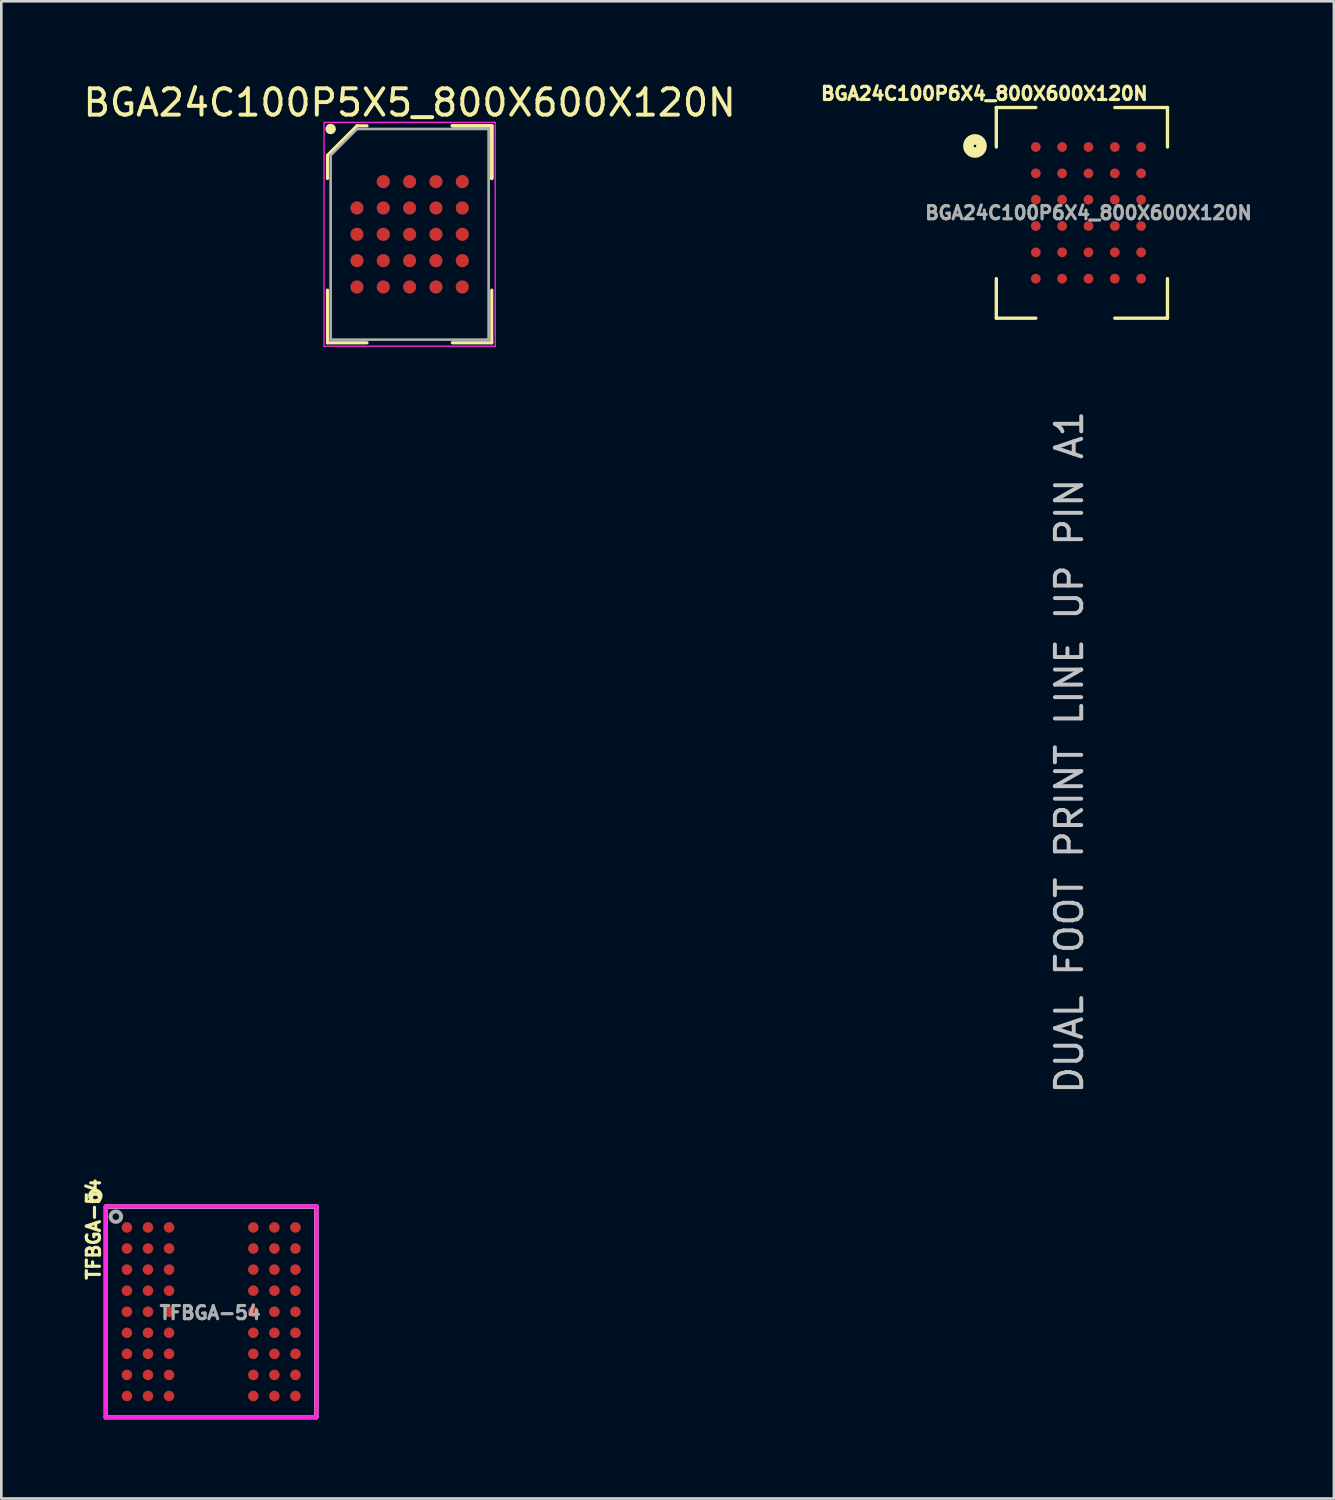
<source format=kicad_pcb>
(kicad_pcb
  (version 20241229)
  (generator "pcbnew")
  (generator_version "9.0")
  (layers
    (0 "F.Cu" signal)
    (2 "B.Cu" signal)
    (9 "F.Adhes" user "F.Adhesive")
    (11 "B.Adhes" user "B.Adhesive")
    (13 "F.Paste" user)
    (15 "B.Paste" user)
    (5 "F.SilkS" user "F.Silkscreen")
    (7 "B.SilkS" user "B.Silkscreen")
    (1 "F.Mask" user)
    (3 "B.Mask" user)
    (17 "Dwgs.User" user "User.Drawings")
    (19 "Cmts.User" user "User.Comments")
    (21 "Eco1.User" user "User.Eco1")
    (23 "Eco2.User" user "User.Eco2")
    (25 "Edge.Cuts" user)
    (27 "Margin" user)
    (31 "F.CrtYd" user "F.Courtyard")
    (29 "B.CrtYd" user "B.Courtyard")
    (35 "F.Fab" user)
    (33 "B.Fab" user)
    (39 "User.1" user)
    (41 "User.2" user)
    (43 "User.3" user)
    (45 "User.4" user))
  (footprint "BGA24C100P6X4_800X600X120N"
    (layer "F.Cu")
    (at 36.286 2.533)
    (property "Reference" "BGA24C100P6X4_800X600X120N" (at -1.954 -2.03 0) (layer "F.SilkS") (effects (font (size 0.5 0.5) (thickness 0.12))))
    (attr smd)
    (fp_line (start -1.5 -1.5) (end -1.5 0) (stroke (width 0.127) (type solid)) (layer "F.SilkS"))
    (fp_line (start -1.5 5) (end -1.5 6.5) (stroke (width 0.127) (type solid)) (layer "F.SilkS"))
    (fp_line (start -1.5 6.5) (end 0 6.5) (stroke (width 0.127) (type solid)) (layer "F.SilkS"))
    (fp_line (start 0 -1.5) (end -1.5 -1.5) (stroke (width 0.127) (type solid)) (layer "F.SilkS"))
    (fp_line (start 5 -1.5) (end 3 -1.5) (stroke (width 0.127) (type solid)) (layer "F.SilkS"))
    (fp_line (start 5 0) (end 5 -1.5) (stroke (width 0.127) (type solid)) (layer "F.SilkS"))
    (fp_line (start 5 5) (end 5 6.5) (stroke (width 0.127) (type solid)) (layer "F.SilkS"))
    (fp_line (start 5 6.5) (end 3 6.5) (stroke (width 0.127) (type solid)) (layer "F.SilkS"))
    (fp_circle (center -2.31 -0.04) (end -2.26 -0.04) (stroke (width 0.4) (type solid)) (fill no) (layer "F.SilkS"))
    (fp_line (start -2 -2) (end 5.5 -2) (stroke (width 0.05) (type solid)) (layer "Eco1.User"))
    (fp_line (start -2 7) (end -2 -2) (stroke (width 0.05) (type solid)) (layer "Eco1.User"))
    (fp_line (start 5.5 -2) (end 5.5 7) (stroke (width 0.05) (type solid)) (layer "Eco1.User"))
    (fp_line (start 5.5 7) (end -2 7) (stroke (width 0.05) (type solid)) (layer "Eco1.User"))
    (fp_line (start -1.5 -1.5) (end 5 -1.5) (stroke (width 0.127) (type solid)) (layer "Eco2.User"))
    (fp_line (start -1.5 6.5) (end -1.5 -1.5) (stroke (width 0.127) (type solid)) (layer "Eco2.User"))
    (fp_line (start 5 -1.5) (end 5 6.5) (stroke (width 0.127) (type solid)) (layer "Eco2.User"))
    (fp_line (start 5 6.5) (end -1.5 6.5) (stroke (width 0.127) (type solid)) (layer "Eco2.User"))
    (fp_circle (center -0.786 -0.548) (end -0.736 -0.548) (stroke (width 0.4) (type solid)) (fill no) (layer "Eco2.User"))
    (fp_text user "DUAL FOOT PRINT LINE UP PIN A1" (at 1.27 22.987 90) (layer "Dwgs.User") (effects (font (size 1 1) (thickness 0.15))))
    (fp_text user "${REFERENCE}" (at 2 2.5 0) (layer "F.Fab") (effects (font (size 0.5 0.5) (thickness 0.12))))
    (pad "A1" smd circle (at 0 0 270) (size 0.37 0.37) (layers "F.Cu" "F.Mask" "F.Paste"))
    (pad "A2" smd circle (at 1 0 270) (size 0.37 0.37) (layers "F.Cu" "F.Mask" "F.Paste"))
    (pad "A3" smd circle (at 2 0 270) (size 0.37 0.37) (layers "F.Cu" "F.Mask" "F.Paste"))
    (pad "A4" smd circle (at 3 0 270) (size 0.37 0.37) (layers "F.Cu" "F.Mask" "F.Paste"))
    (pad "A5" smd circle (at 4 0) (size 0.37 0.37) (layers "F.Cu" "F.Mask" "F.Paste"))
    (pad "B1" smd circle (at 0 1 270) (size 0.37 0.37) (layers "F.Cu" "F.Mask" "F.Paste"))
    (pad "B2" smd circle (at 1 1 270) (size 0.37 0.37) (layers "F.Cu" "F.Mask" "F.Paste"))
    (pad "B3" smd circle (at 2 1 270) (size 0.37 0.37) (layers "F.Cu" "F.Mask" "F.Paste"))
    (pad "B4" smd circle (at 3 1 270) (size 0.37 0.37) (layers "F.Cu" "F.Mask" "F.Paste"))
    (pad "B5" smd circle (at 4 1) (size 0.37 0.37) (layers "F.Cu" "F.Mask" "F.Paste"))
    (pad "C1" smd circle (at 0 2 270) (size 0.37 0.37) (layers "F.Cu" "F.Mask" "F.Paste"))
    (pad "C2" smd circle (at 1 2 270) (size 0.37 0.37) (layers "F.Cu" "F.Mask" "F.Paste"))
    (pad "C3" smd circle (at 2 2 270) (size 0.37 0.37) (layers "F.Cu" "F.Mask" "F.Paste"))
    (pad "C4" smd circle (at 3 2 270) (size 0.37 0.37) (layers "F.Cu" "F.Mask" "F.Paste"))
    (pad "C5" smd circle (at 4 2) (size 0.37 0.37) (layers "F.Cu" "F.Mask" "F.Paste"))
    (pad "D1" smd circle (at 0 3 270) (size 0.37 0.37) (layers "F.Cu" "F.Mask" "F.Paste"))
    (pad "D2" smd circle (at 1 3 270) (size 0.37 0.37) (layers "F.Cu" "F.Mask" "F.Paste"))
    (pad "D3" smd circle (at 2 3 270) (size 0.37 0.37) (layers "F.Cu" "F.Mask" "F.Paste"))
    (pad "D4" smd circle (at 3 3 270) (size 0.37 0.37) (layers "F.Cu" "F.Mask" "F.Paste"))
    (pad "D5" smd circle (at 4 3) (size 0.37 0.37) (layers "F.Cu" "F.Mask" "F.Paste"))
    (pad "E1" smd circle (at 0 4 270) (size 0.37 0.37) (layers "F.Cu" "F.Mask" "F.Paste"))
    (pad "E2" smd circle (at 1 4 270) (size 0.37 0.37) (layers "F.Cu" "F.Mask" "F.Paste"))
    (pad "E3" smd circle (at 2 4 270) (size 0.37 0.37) (layers "F.Cu" "F.Mask" "F.Paste"))
    (pad "E4" smd circle (at 3 4 270) (size 0.37 0.37) (layers "F.Cu" "F.Mask" "F.Paste"))
    (pad "E5" smd circle (at 4 4) (size 0.37 0.37) (layers "F.Cu" "F.Mask" "F.Paste"))
    (pad "F1" smd circle (at 0 5 270) (size 0.37 0.37) (layers "F.Cu" "F.Mask" "F.Paste"))
    (pad "F2" smd circle (at 1 5 270) (size 0.37 0.37) (layers "F.Cu" "F.Mask" "F.Paste"))
    (pad "F3" smd circle (at 2 5 270) (size 0.37 0.37) (layers "F.Cu" "F.Mask" "F.Paste"))
    (pad "F4" smd circle (at 3 5 270) (size 0.37 0.37) (layers "F.Cu" "F.Mask" "F.Paste"))
    (pad "F5" smd circle (at 4 5) (size 0.37 0.37) (layers "F.Cu" "F.Mask" "F.Paste")))
  (footprint "TFBGA-54"
    (layer "F.Cu")
    (at 4.97 46.764)
    (property "Reference" "TFBGA-54" (at -4.467 -3.132 90) (layer "F.SilkS") (effects (font (size 0.5 0.5) (thickness 0.12))))
    (attr smd)
    (fp_line (start -4 -4) (end 4 -4) (stroke (width 0.15) (type solid)) (layer "F.SilkS"))
    (fp_line (start -4 4) (end -4 -4) (stroke (width 0.15) (type solid)) (layer "F.SilkS"))
    (fp_line (start 4 -4) (end 4 4) (stroke (width 0.15) (type solid)) (layer "F.SilkS"))
    (fp_line (start 4 4) (end -4 4) (stroke (width 0.15) (type solid)) (layer "F.SilkS"))
    (fp_circle (center -4.4 -4.4) (end -4.2 -4.4) (stroke (width 0.15) (type solid)) (fill no) (layer "F.SilkS"))
    (fp_line (start -4 -4) (end 4 -4) (stroke (width 0.15) (type solid)) (layer "F.CrtYd"))
    (fp_line (start -4 4) (end -4 -4) (stroke (width 0.15) (type solid)) (layer "F.CrtYd"))
    (fp_line (start 3.987 4) (end -4.013 4) (stroke (width 0.15) (type solid)) (layer "F.CrtYd"))
    (fp_line (start 4 -4) (end 4 4) (stroke (width 0.15) (type solid)) (layer "F.CrtYd"))
    (fp_line (start -4.01 -3.98) (end 3.99 -3.98) (stroke (width 0.15) (type solid)) (layer "F.Fab"))
    (fp_line (start -4.01 4.02) (end -4.01 -3.98) (stroke (width 0.15) (type solid)) (layer "F.Fab"))
    (fp_line (start 3.99 -3.98) (end 3.99 4.02) (stroke (width 0.15) (type solid)) (layer "F.Fab"))
    (fp_line (start 3.99 4.02) (end -4.01 4.02) (stroke (width 0.15) (type solid)) (layer "F.Fab"))
    (fp_circle (center -3.62 -3.61) (end -3.42 -3.61) (stroke (width 0.15) (type solid)) (fill no) (layer "F.Fab"))
    (fp_text user "${REFERENCE}" (at -0.04 0.04 0) (layer "F.Fab") (effects (font (size 0.5 0.5) (thickness 0.12))))
    (pad "A1" smd circle (at -3.2 -3.2) (size 0.4 0.4) (layers "F.Cu" "F.Mask" "F.Paste"))
    (pad "A2" smd circle (at -2.4 -3.2) (size 0.4 0.4) (layers "F.Cu" "F.Mask" "F.Paste"))
    (pad "A3" smd circle (at -1.6 -3.2) (size 0.4 0.4) (layers "F.Cu" "F.Mask" "F.Paste"))
    (pad "A7" smd circle (at 1.6 -3.2) (size 0.4 0.4) (layers "F.Cu" "F.Mask" "F.Paste"))
    (pad "A8" smd circle (at 2.4 -3.2) (size 0.4 0.4) (layers "F.Cu" "F.Mask" "F.Paste"))
    (pad "A9" smd circle (at 3.2 -3.2) (size 0.4 0.4) (layers "F.Cu" "F.Mask" "F.Paste"))
    (pad "B1" smd circle (at -3.2 -2.4) (size 0.4 0.4) (layers "F.Cu" "F.Mask" "F.Paste"))
    (pad "B2" smd circle (at -2.4 -2.4) (size 0.4 0.4) (layers "F.Cu" "F.Mask" "F.Paste"))
    (pad "B3" smd circle (at -1.6 -2.4) (size 0.4 0.4) (layers "F.Cu" "F.Mask" "F.Paste"))
    (pad "B7" smd circle (at 1.6 -2.4) (size 0.4 0.4) (layers "F.Cu" "F.Mask" "F.Paste"))
    (pad "B8" smd circle (at 2.4 -2.4) (size 0.4 0.4) (layers "F.Cu" "F.Mask" "F.Paste"))
    (pad "B9" smd circle (at 3.2 -2.4) (size 0.4 0.4) (layers "F.Cu" "F.Mask" "F.Paste"))
    (pad "C1" smd circle (at -3.2 -1.6) (size 0.4 0.4) (layers "F.Cu" "F.Mask" "F.Paste"))
    (pad "C2" smd circle (at -2.4 -1.6) (size 0.4 0.4) (layers "F.Cu" "F.Mask" "F.Paste"))
    (pad "C3" smd circle (at -1.6 -1.6) (size 0.4 0.4) (layers "F.Cu" "F.Mask" "F.Paste"))
    (pad "C7" smd circle (at 1.6 -1.6) (size 0.4 0.4) (layers "F.Cu" "F.Mask" "F.Paste"))
    (pad "C8" smd circle (at 2.4 -1.6) (size 0.4 0.4) (layers "F.Cu" "F.Mask" "F.Paste"))
    (pad "C9" smd circle (at 3.2 -1.6) (size 0.4 0.4) (layers "F.Cu" "F.Mask" "F.Paste"))
    (pad "D1" smd circle (at -3.2 -0.8) (size 0.4 0.4) (layers "F.Cu" "F.Mask" "F.Paste"))
    (pad "D2" smd circle (at -2.4 -0.8) (size 0.4 0.4) (layers "F.Cu" "F.Mask" "F.Paste"))
    (pad "D3" smd circle (at -1.6 -0.8) (size 0.4 0.4) (layers "F.Cu" "F.Mask" "F.Paste"))
    (pad "D7" smd circle (at 1.6 -0.8) (size 0.4 0.4) (layers "F.Cu" "F.Mask" "F.Paste"))
    (pad "D8" smd circle (at 2.4 -0.8) (size 0.4 0.4) (layers "F.Cu" "F.Mask" "F.Paste"))
    (pad "D9" smd circle (at 3.2 -0.8) (size 0.4 0.4) (layers "F.Cu" "F.Mask" "F.Paste"))
    (pad "E1" smd circle (at -3.2 0) (size 0.4 0.4) (layers "F.Cu" "F.Mask" "F.Paste"))
    (pad "E2" smd circle (at -2.4 0) (size 0.4 0.4) (layers "F.Cu" "F.Mask" "F.Paste"))
    (pad "E3" smd circle (at -1.6 0) (size 0.4 0.4) (layers "F.Cu" "F.Mask" "F.Paste"))
    (pad "E7" smd circle (at 1.6 0) (size 0.4 0.4) (layers "F.Cu" "F.Mask" "F.Paste"))
    (pad "E8" smd circle (at 2.4 0) (size 0.4 0.4) (layers "F.Cu" "F.Mask" "F.Paste"))
    (pad "E9" smd circle (at 3.2 0) (size 0.4 0.4) (layers "F.Cu" "F.Mask" "F.Paste"))
    (pad "F1" smd circle (at -3.2 0.8) (size 0.4 0.4) (layers "F.Cu" "F.Mask" "F.Paste"))
    (pad "F2" smd circle (at -2.4 0.8) (size 0.4 0.4) (layers "F.Cu" "F.Mask" "F.Paste"))
    (pad "F3" smd circle (at -1.6 0.8) (size 0.4 0.4) (layers "F.Cu" "F.Mask" "F.Paste"))
    (pad "F7" smd circle (at 1.6 0.8) (size 0.4 0.4) (layers "F.Cu" "F.Mask" "F.Paste"))
    (pad "F8" smd circle (at 2.4 0.8) (size 0.4 0.4) (layers "F.Cu" "F.Mask" "F.Paste"))
    (pad "F9" smd circle (at 3.2 0.8) (size 0.4 0.4) (layers "F.Cu" "F.Mask" "F.Paste"))
    (pad "G1" smd circle (at -3.2 1.6) (size 0.4 0.4) (layers "F.Cu" "F.Mask" "F.Paste"))
    (pad "G2" smd circle (at -2.4 1.6) (size 0.4 0.4) (layers "F.Cu" "F.Mask" "F.Paste"))
    (pad "G3" smd circle (at -1.6 1.6) (size 0.4 0.4) (layers "F.Cu" "F.Mask" "F.Paste"))
    (pad "G7" smd circle (at 1.6 1.6) (size 0.4 0.4) (layers "F.Cu" "F.Mask" "F.Paste"))
    (pad "G8" smd circle (at 2.4 1.6) (size 0.4 0.4) (layers "F.Cu" "F.Mask" "F.Paste"))
    (pad "G9" smd circle (at 3.2 1.6) (size 0.4 0.4) (layers "F.Cu" "F.Mask" "F.Paste"))
    (pad "H1" smd circle (at -3.2 2.4) (size 0.4 0.4) (layers "F.Cu" "F.Mask" "F.Paste"))
    (pad "H2" smd circle (at -2.4 2.4) (size 0.4 0.4) (layers "F.Cu" "F.Mask" "F.Paste"))
    (pad "H3" smd circle (at -1.6 2.4) (size 0.4 0.4) (layers "F.Cu" "F.Mask" "F.Paste"))
    (pad "H7" smd circle (at 1.6 2.4) (size 0.4 0.4) (layers "F.Cu" "F.Mask" "F.Paste"))
    (pad "H8" smd circle (at 2.4 2.4) (size 0.4 0.4) (layers "F.Cu" "F.Mask" "F.Paste"))
    (pad "H9" smd circle (at 3.2 2.4) (size 0.4 0.4) (layers "F.Cu" "F.Mask" "F.Paste"))
    (pad "J1" smd circle (at -3.2 3.2) (size 0.4 0.4) (layers "F.Cu" "F.Mask" "F.Paste"))
    (pad "J2" smd circle (at -2.4 3.2) (size 0.4 0.4) (layers "F.Cu" "F.Mask" "F.Paste"))
    (pad "J3" smd circle (at -1.6 3.2) (size 0.4 0.4) (layers "F.Cu" "F.Mask" "F.Paste"))
    (pad "J7" smd circle (at 1.6 3.2) (size 0.4 0.4) (layers "F.Cu" "F.Mask" "F.Paste"))
    (pad "J8" smd circle (at 2.4 3.2) (size 0.4 0.4) (layers "F.Cu" "F.Mask" "F.Paste"))
    (pad "J9" smd circle (at 3.2 3.2) (size 0.4 0.4) (layers "F.Cu" "F.Mask" "F.Paste")))
  (footprint "BGA24C100P5X5_800X600X120N"
    (layer "F.Cu")
    (at 12.506 5.848)
    (property "Reference" "BGA24C100P5X5_800X600X120N" (at 0 -5 0) (layer "F.SilkS") (effects (font (size 1 1) (thickness 0.15))))
    (attr through_hole)
    (fp_line (start -3.12 -3) (end -3.12 -2.12) (stroke (width 0.12) (type solid)) (layer "F.SilkS"))
    (fp_line (start -3.12 4.12) (end -3.12 2.12) (stroke (width 0.12) (type solid)) (layer "F.SilkS"))
    (fp_line (start -2 -4.12) (end -3.12 -3) (stroke (width 0.12) (type solid)) (layer "F.SilkS"))
    (fp_line (start -1.62 -4.12) (end -2 -4.12) (stroke (width 0.12) (type solid)) (layer "F.SilkS"))
    (fp_line (start -1.62 4.12) (end -3.12 4.12) (stroke (width 0.12) (type solid)) (layer "F.SilkS"))
    (fp_line (start 1.62 -4.12) (end 3.12 -4.12) (stroke (width 0.12) (type solid)) (layer "F.SilkS"))
    (fp_line (start 1.62 -4.12) (end 3.12 -4.12) (stroke (width 0.12) (type solid)) (layer "F.SilkS"))
    (fp_line (start 1.62 -4.12) (end 3.12 -4.12) (stroke (width 0.12) (type solid)) (layer "F.SilkS"))
    (fp_line (start 1.62 4.12) (end 3.12 4.12) (stroke (width 0.12) (type solid)) (layer "F.SilkS"))
    (fp_line (start 3.12 -4.12) (end 3.12 -2.12) (stroke (width 0.12) (type solid)) (layer "F.SilkS"))
    (fp_line (start 3.12 -4.12) (end 3.12 -2.12) (stroke (width 0.12) (type solid)) (layer "F.SilkS"))
    (fp_line (start 3.12 -4.12) (end 3.12 -2.12) (stroke (width 0.12) (type solid)) (layer "F.SilkS"))
    (fp_line (start 3.12 4.12) (end 3.12 2.12) (stroke (width 0.12) (type solid)) (layer "F.SilkS"))
    (fp_circle (center -3 -4) (end -3 -3.9) (stroke (width 0.2) (type solid)) (fill no) (layer "F.SilkS"))
    (fp_line (start -3.25 -4.25) (end 3.25 -4.25) (stroke (width 0.05) (type solid)) (layer "F.CrtYd"))
    (fp_line (start -3.25 4.25) (end -3.25 -4.25) (stroke (width 0.05) (type solid)) (layer "F.CrtYd"))
    (fp_line (start 3.25 -4.25) (end 3.25 4.25) (stroke (width 0.05) (type solid)) (layer "F.CrtYd"))
    (fp_line (start 3.25 4.25) (end -3.25 4.25) (stroke (width 0.05) (type solid)) (layer "F.CrtYd"))
    (fp_line (start -3 -3) (end -3 4) (stroke (width 0.1) (type solid)) (layer "F.Fab"))
    (fp_line (start -3 4) (end 3 4) (stroke (width 0.1) (type solid)) (layer "F.Fab"))
    (fp_line (start -2 -4) (end -3 -3) (stroke (width 0.1) (type solid)) (layer "F.Fab"))
    (fp_line (start 3 -4) (end -2 -4) (stroke (width 0.1) (type solid)) (layer "F.Fab"))
    (fp_line (start 3 4) (end 3 -4) (stroke (width 0.1) (type solid)) (layer "F.Fab"))
    (pad "A2" smd circle (at -1 -2) (size 0.5 0.5) (layers "F.Cu" "F.Mask" "F.Paste"))
    (pad "A3" smd circle (at 0 -2) (size 0.5 0.5) (layers "F.Cu" "F.Mask" "F.Paste"))
    (pad "A4" smd circle (at 1 -2) (size 0.5 0.5) (layers "F.Cu" "F.Mask" "F.Paste"))
    (pad "A5" smd circle (at 2 -2) (size 0.5 0.5) (layers "F.Cu" "F.Mask" "F.Paste"))
    (pad "B1" smd circle (at -2 -1) (size 0.5 0.5) (layers "F.Cu" "F.Mask" "F.Paste"))
    (pad "B2" smd circle (at -1 -1) (size 0.5 0.5) (layers "F.Cu" "F.Mask" "F.Paste"))
    (pad "B3" smd circle (at 0 -1) (size 0.5 0.5) (layers "F.Cu" "F.Mask" "F.Paste"))
    (pad "B4" smd circle (at 1 -1) (size 0.5 0.5) (layers "F.Cu" "F.Mask" "F.Paste"))
    (pad "B5" smd circle (at 2 -1) (size 0.5 0.5) (layers "F.Cu" "F.Mask" "F.Paste"))
    (pad "C1" smd circle (at -2 0) (size 0.5 0.5) (layers "F.Cu" "F.Mask" "F.Paste"))
    (pad "C2" smd circle (at -1 0) (size 0.5 0.5) (layers "F.Cu" "F.Mask" "F.Paste"))
    (pad "C3" smd circle (at 0 0) (size 0.5 0.5) (layers "F.Cu" "F.Mask" "F.Paste"))
    (pad "C4" smd circle (at 1 0) (size 0.5 0.5) (layers "F.Cu" "F.Mask" "F.Paste"))
    (pad "C5" smd circle (at 2 0) (size 0.5 0.5) (layers "F.Cu" "F.Mask" "F.Paste"))
    (pad "D1" smd circle (at -2 1) (size 0.5 0.5) (layers "F.Cu" "F.Mask" "F.Paste"))
    (pad "D2" smd circle (at -1 1) (size 0.5 0.5) (layers "F.Cu" "F.Mask" "F.Paste"))
    (pad "D3" smd circle (at 0 1) (size 0.5 0.5) (layers "F.Cu" "F.Mask" "F.Paste"))
    (pad "D4" smd circle (at 1 1) (size 0.5 0.5) (layers "F.Cu" "F.Mask" "F.Paste"))
    (pad "D5" smd circle (at 2 1) (size 0.5 0.5) (layers "F.Cu" "F.Mask" "F.Paste"))
    (pad "E1" smd circle (at -2 2) (size 0.5 0.5) (layers "F.Cu" "F.Mask" "F.Paste"))
    (pad "E2" smd circle (at -1 2) (size 0.5 0.5) (layers "F.Cu" "F.Mask" "F.Paste"))
    (pad "E3" smd circle (at 0 2) (size 0.5 0.5) (layers "F.Cu" "F.Mask" "F.Paste"))
    (pad "E4" smd circle (at 1 2) (size 0.5 0.5) (layers "F.Cu" "F.Mask" "F.Paste"))
    (pad "E5" smd circle (at 2 2) (size 0.5 0.5) (layers "F.Cu" "F.Mask" "F.Paste")))
  (gr_rect
    (start -3 -3)
    (end 47.607 53.859)
    (stroke (width 0.1) (type default))
    (fill no)
    (layer "Edge.Cuts")))
</source>
